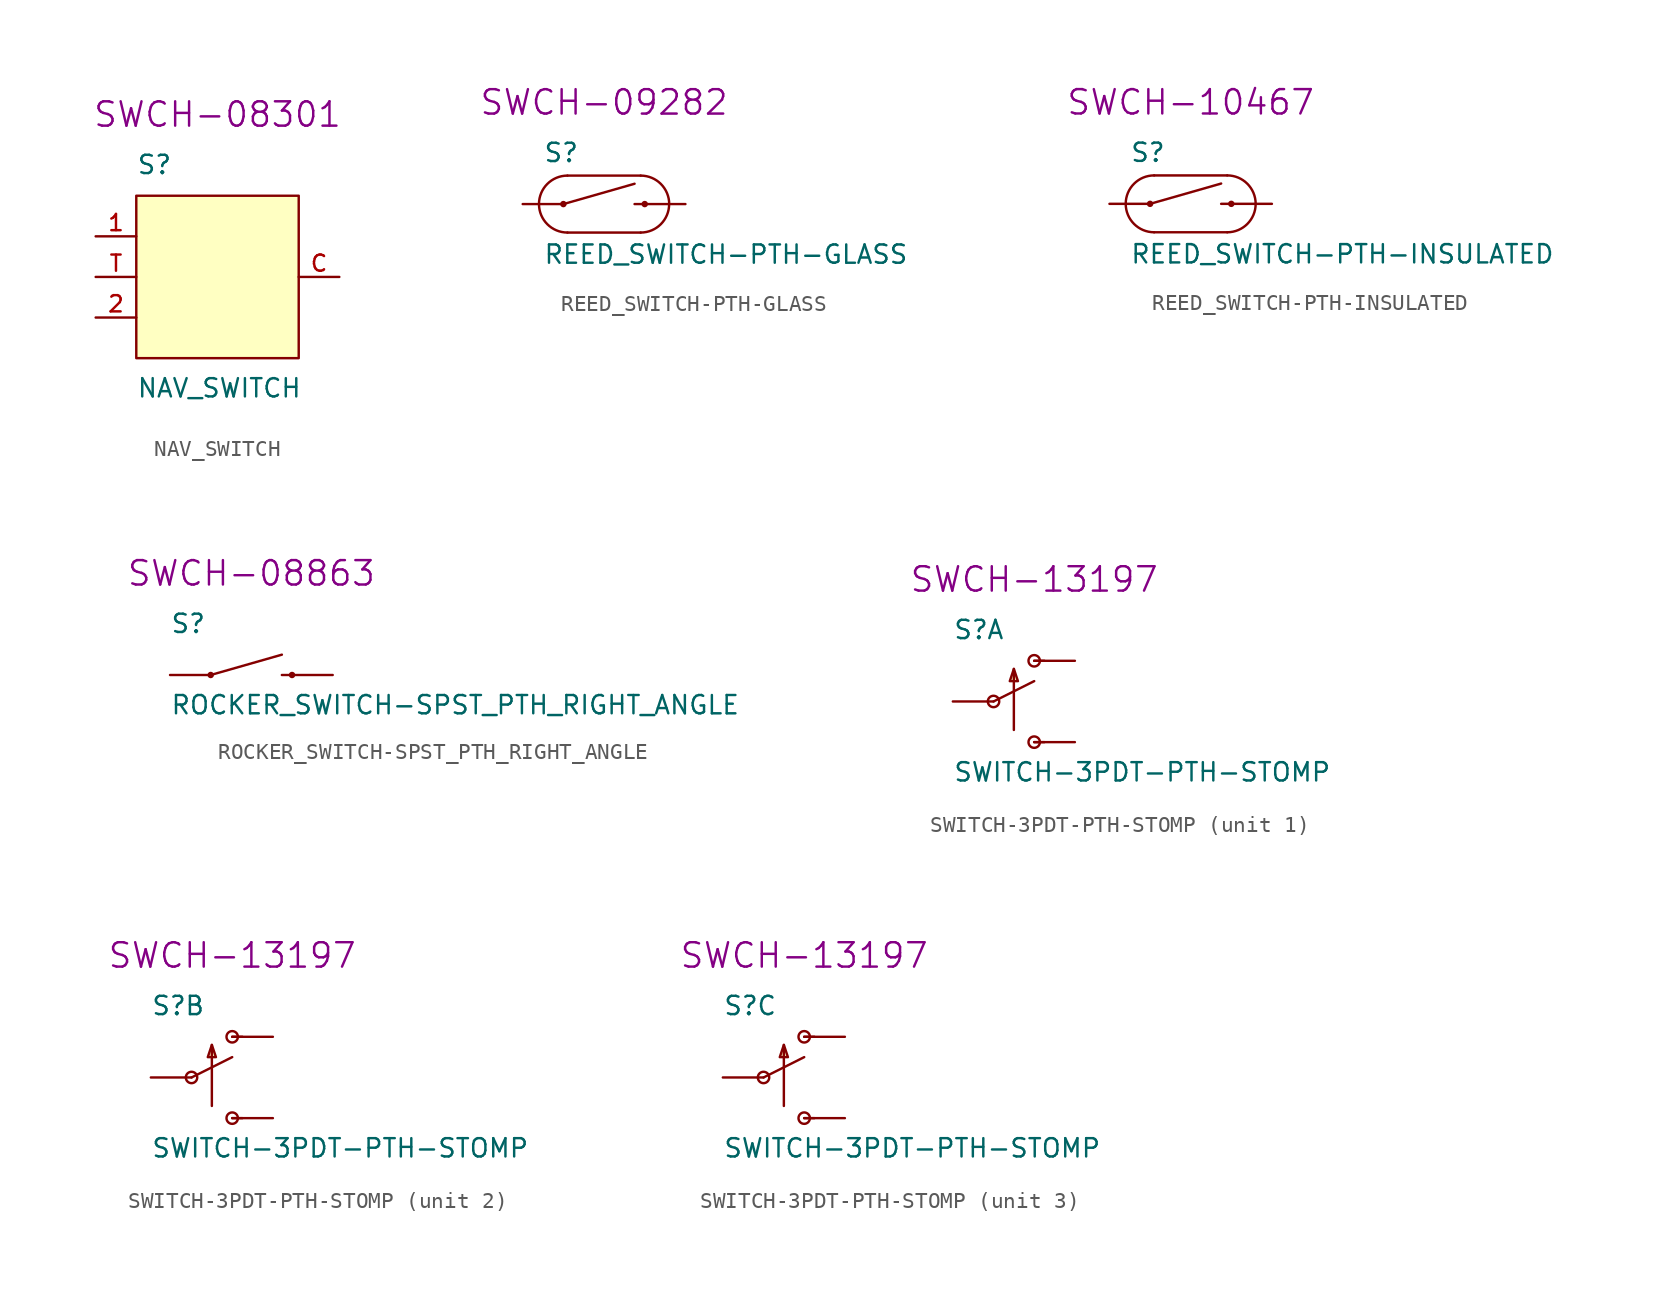
<source format=kicad_sym>
(kicad_symbol_lib
  (version 20220914)
  (generator kicad_symbol_editor)
  (symbol "NAV_SWITCH"
    (pin_names
      (offset 1.016) hide)
    (property "Reference" "S"
      (at -5.08 6.35 0)
      (effects (font (size 1.143 1.143)) (justify left bottom)))
    (property "Value" "NAV_SWITCH"
      (at -5.08 -7.62 0)
      (effects (font (size 1.143 1.143)) (justify left bottom)))
    (property "Field4" "SWCH-08301"
      (at 0 10.16 0)
      (effects (font (size 1.524 1.524))))
    (property "ki_locked" ""
      (at 0 0 0)
      (effects (font (size 1.27 1.27))))
    (symbol "NAV_SWITCH_1_1"
      (polyline (pts (xy -5.08 5.08) (xy 5.08 5.08) (xy 5.08 -5.08) (xy -5.08 -5.08) (xy -5.08 5.08)) (stroke (width 0) (type solid)) (fill (type background)))
      (pin input line (at -7.62 2.54 0) (length 2.54) (name "1" (effects (font (size 1.016 1.016)))) (number "1" (effects (font (size 1.016 1.016)))))
      (pin input line (at -7.62 -2.54 0) (length 2.54) (name "2" (effects (font (size 1.016 1.016)))) (number "2" (effects (font (size 1.016 1.016)))))
      (pin power_in line (at 7.62 0 180) (length 2.54) (name "C" (effects (font (size 1.016 1.016)))) (number "C" (effects (font (size 1.016 1.016)))))
      (pin input line (at -7.62 0 0) (length 2.54) (name "T" (effects (font (size 1.016 1.016)))) (number "T" (effects (font (size 1.016 1.016)))))))
  (symbol "REED_SWITCH-PTH-GLASS"
    (pin_numbers hide)
    (pin_names
      (offset 1.016) hide)
    (property "Reference" "S"
      (at -3.81 2.54 0)
      (effects (font (size 1.143 1.143)) (justify left bottom)))
    (property "Value" "REED_SWITCH-PTH-GLASS"
      (at -3.81 -3.81 0)
      (effects (font (size 1.143 1.143)) (justify left bottom)))
    (property "Field4" "SWCH-09282"
      (at 0 6.35 0)
      (effects (font (size 1.524 1.524))))
    (property "ki_locked" ""
      (at 0 0 0)
      (effects (font (size 1.27 1.27))))
    (symbol "REED_SWITCH-PTH-GLASS_1_0"
      (polyline (pts (xy -2.54 0) (xy 1.905 1.27)) (stroke (width 0) (type solid)) (fill (type none)))
      (polyline (pts (xy -2.286 1.778) (xy 2.286 1.778)) (stroke (width 0) (type solid)) (fill (type none)))
      (polyline (pts (xy 1.905 0) (xy 2.54 0)) (stroke (width 0) (type solid)) (fill (type none)))
      (polyline (pts (xy 2.286 -1.778) (xy -2.286 -1.778)) (stroke (width 0) (type solid)) (fill (type none))))
    (symbol "REED_SWITCH-PTH-GLASS_1_1"
      (arc (start -4.064 0) (mid -3.5432 -1.2572) (end -2.286 -1.778) (stroke (width 0) (type solid)) (fill (type none)))
      (circle (center -2.54 0) (radius 0.127) (stroke (width 0) (type solid)) (fill (type outline)))
      (arc (start -2.286 1.778) (mid -3.5432 1.2572) (end -4.064 0) (stroke (width 0) (type solid)) (fill (type none)))
      (arc (start 2.286 -1.778) (mid 3.5432 -1.2572) (end 4.064 0) (stroke (width 0) (type solid)) (fill (type none)))
      (circle (center 2.54 0) (radius 0.127) (stroke (width 0) (type solid)) (fill (type outline)))
      (arc (start 4.064 0) (mid 3.5432 1.2572) (end 2.286 1.778) (stroke (width 0) (type solid)) (fill (type none)))
      (pin passive line (at -5.08 0 0) (length 2.54) (name "1" (effects (font (size 1.016 1.016)))) (number "P$1" (effects (font (size 1.016 1.016)))))
      (pin passive line (at 5.08 0 180) (length 2.54) (name "2" (effects (font (size 1.016 1.016)))) (number "P$2" (effects (font (size 1.016 1.016)))))))
  (symbol "REED_SWITCH-PTH-INSULATED"
    (pin_numbers hide)
    (pin_names
      (offset 1.016) hide)
    (property "Reference" "S"
      (at -3.81 2.54 0)
      (effects (font (size 1.143 1.143)) (justify left bottom)))
    (property "Value" "REED_SWITCH-PTH-INSULATED"
      (at -3.81 -3.81 0)
      (effects (font (size 1.143 1.143)) (justify left bottom)))
    (property "Field4" "SWCH-10467"
      (at 0 6.35 0)
      (effects (font (size 1.524 1.524))))
    (property "ki_locked" ""
      (at 0 0 0)
      (effects (font (size 1.27 1.27))))
    (symbol "REED_SWITCH-PTH-INSULATED_1_0"
      (polyline (pts (xy -2.54 0) (xy 1.905 1.27)) (stroke (width 0) (type solid)) (fill (type none)))
      (polyline (pts (xy -2.286 1.778) (xy 2.286 1.778)) (stroke (width 0) (type solid)) (fill (type none)))
      (polyline (pts (xy 1.905 0) (xy 2.54 0)) (stroke (width 0) (type solid)) (fill (type none)))
      (polyline (pts (xy 2.286 -1.778) (xy -2.286 -1.778)) (stroke (width 0) (type solid)) (fill (type none))))
    (symbol "REED_SWITCH-PTH-INSULATED_1_1"
      (arc (start -4.064 0) (mid -3.5432 -1.2572) (end -2.286 -1.778) (stroke (width 0) (type solid)) (fill (type none)))
      (circle (center -2.54 0) (radius 0.127) (stroke (width 0) (type solid)) (fill (type outline)))
      (arc (start -2.286 1.778) (mid -3.5432 1.2572) (end -4.064 0) (stroke (width 0) (type solid)) (fill (type none)))
      (arc (start 2.286 -1.778) (mid 3.5432 -1.2572) (end 4.064 0) (stroke (width 0) (type solid)) (fill (type none)))
      (circle (center 2.54 0) (radius 0.127) (stroke (width 0) (type solid)) (fill (type outline)))
      (arc (start 4.064 0) (mid 3.5432 1.2572) (end 2.286 1.778) (stroke (width 0) (type solid)) (fill (type none)))
      (pin passive line (at -5.08 0 0) (length 2.54) (name "1" (effects (font (size 1.016 1.016)))) (number "P$1" (effects (font (size 1.016 1.016)))))
      (pin passive line (at 5.08 0 180) (length 2.54) (name "2" (effects (font (size 1.016 1.016)))) (number "P$2" (effects (font (size 1.016 1.016)))))))
  (symbol "ROCKER_SWITCH-SPST_PTH_RIGHT_ANGLE"
    (pin_numbers hide)
    (pin_names
      (offset 1.016) hide)
    (property "Reference" "S"
      (at -5.08 2.54 0)
      (effects (font (size 1.143 1.143)) (justify left bottom)))
    (property "Value" "ROCKER_SWITCH-SPST_PTH_RIGHT_ANGLE"
      (at -5.08 -2.54 0)
      (effects (font (size 1.143 1.143)) (justify left bottom)))
    (property "Field4" "SWCH-08863"
      (at 0 6.35 0)
      (effects (font (size 1.524 1.524))))
    (property "ki_locked" ""
      (at 0 0 0)
      (effects (font (size 1.27 1.27))))
    (symbol "ROCKER_SWITCH-SPST_PTH_RIGHT_ANGLE_1_0"
      (polyline (pts (xy -2.54 0) (xy 1.905 1.27)) (stroke (width 0) (type solid)) (fill (type none)))
      (polyline (pts (xy 1.905 0) (xy 2.54 0)) (stroke (width 0) (type solid)) (fill (type none))))
    (symbol "ROCKER_SWITCH-SPST_PTH_RIGHT_ANGLE_1_1"
      (circle (center -2.54 0) (radius 0.127) (stroke (width 0) (type solid)) (fill (type outline)))
      (circle (center 2.54 0) (radius 0.127) (stroke (width 0) (type solid)) (fill (type outline)))
      (pin passive line (at -5.08 0 0) (length 2.54) (name "1" (effects (font (size 1.016 1.016)))) (number "1" (effects (font (size 1.016 1.016)))))
      (pin passive line (at 5.08 0 180) (length 2.54) (name "2" (effects (font (size 1.016 1.016)))) (number "2" (effects (font (size 1.016 1.016)))))))
  (symbol "SWITCH-3PDT-PTH-STOMP"
    (pin_numbers hide)
    (pin_names
      (offset 1.016) hide)
    (property "Reference" "S"
      (at -5.08 3.81 0)
      (effects (font (size 1.143 1.143)) (justify left bottom)))
    (property "Value" "SWITCH-3PDT-PTH-STOMP"
      (at -5.08 -5.08 0)
      (effects (font (size 1.143 1.143)) (justify left bottom)))
    (property "Field4" "SWCH-13197"
      (at 0 7.62 0)
      (effects (font (size 1.524 1.524))))
    (property "ki_locked" ""
      (at 0 0 0)
      (effects (font (size 1.27 1.27))))
    (symbol "SWITCH-3PDT-PTH-STOMP_1_0"
      (polyline (pts (xy -2.54 0) (xy 0 1.27)) (stroke (width 0) (type solid)) (fill (type none)))
      (polyline (pts (xy -1.27 -1.778) (xy -1.27 2.032)) (stroke (width 0) (type solid)) (fill (type none)))
      (polyline (pts (xy 0 -2.54) (xy 0.635 -2.54)) (stroke (width 0) (type solid)) (fill (type none)))
      (polyline (pts (xy 0 2.54) (xy 0.635 2.54)) (stroke (width 0) (type solid)) (fill (type none))))
    (symbol "SWITCH-3PDT-PTH-STOMP_1_1"
      (circle (center -2.54 0) (radius 0.356) (stroke (width 0) (type solid)) (fill (type none)))
      (circle (center 0 -2.54) (radius 0.356) (stroke (width 0) (type solid)) (fill (type none)))
      (polyline (pts (xy -1.27 2.032) (xy -1.524 1.27) (xy -1.016 1.27) (xy -1.27 2.032)) (stroke (width 0) (type solid)) (fill (type background)))
      (circle (center 0 2.54) (radius 0.356) (stroke (width 0) (type solid)) (fill (type none)))
      (pin passive line (at 2.54 2.54 180) (length 2.54) (name "O" (effects (font (size 1.016 1.016)))) (number "P$1" (effects (font (size 1.016 1.016)))))
      (pin passive line (at -5.08 0 0) (length 2.54) (name "P" (effects (font (size 1.016 1.016)))) (number "P$2" (effects (font (size 1.016 1.016)))))
      (pin passive line (at 2.54 -2.54 180) (length 2.54) (name "S" (effects (font (size 1.016 1.016)))) (number "P$3" (effects (font (size 1.016 1.016))))))
    (symbol "SWITCH-3PDT-PTH-STOMP_2_0"
      (polyline (pts (xy -2.54 0) (xy 0 1.27)) (stroke (width 0) (type solid)) (fill (type none)))
      (polyline (pts (xy -1.27 -1.778) (xy -1.27 2.032)) (stroke (width 0) (type solid)) (fill (type none)))
      (polyline (pts (xy 0 -2.54) (xy 0.635 -2.54)) (stroke (width 0) (type solid)) (fill (type none)))
      (polyline (pts (xy 0 2.54) (xy 0.635 2.54)) (stroke (width 0) (type solid)) (fill (type none))))
    (symbol "SWITCH-3PDT-PTH-STOMP_2_1"
      (circle (center -2.54 0) (radius 0.356) (stroke (width 0) (type solid)) (fill (type none)))
      (circle (center 0 -2.54) (radius 0.356) (stroke (width 0) (type solid)) (fill (type none)))
      (polyline (pts (xy -1.27 2.032) (xy -1.524 1.27) (xy -1.016 1.27) (xy -1.27 2.032)) (stroke (width 0) (type solid)) (fill (type background)))
      (circle (center 0 2.54) (radius 0.356) (stroke (width 0) (type solid)) (fill (type none)))
      (pin passive line (at 2.54 2.54 180) (length 2.54) (name "O" (effects (font (size 1.016 1.016)))) (number "P$4" (effects (font (size 1.016 1.016)))))
      (pin passive line (at -5.08 0 0) (length 2.54) (name "P" (effects (font (size 1.016 1.016)))) (number "P$5" (effects (font (size 1.016 1.016)))))
      (pin passive line (at 2.54 -2.54 180) (length 2.54) (name "S" (effects (font (size 1.016 1.016)))) (number "P$6" (effects (font (size 1.016 1.016))))))
    (symbol "SWITCH-3PDT-PTH-STOMP_3_0"
      (polyline (pts (xy -2.54 0) (xy 0 1.27)) (stroke (width 0) (type solid)) (fill (type none)))
      (polyline (pts (xy -1.27 -1.778) (xy -1.27 2.032)) (stroke (width 0) (type solid)) (fill (type none)))
      (polyline (pts (xy 0 -2.54) (xy 0.635 -2.54)) (stroke (width 0) (type solid)) (fill (type none)))
      (polyline (pts (xy 0 2.54) (xy 0.635 2.54)) (stroke (width 0) (type solid)) (fill (type none))))
    (symbol "SWITCH-3PDT-PTH-STOMP_3_1"
      (circle (center -2.54 0) (radius 0.356) (stroke (width 0) (type solid)) (fill (type none)))
      (circle (center 0 -2.54) (radius 0.356) (stroke (width 0) (type solid)) (fill (type none)))
      (polyline (pts (xy -1.27 2.032) (xy -1.524 1.27) (xy -1.016 1.27) (xy -1.27 2.032)) (stroke (width 0) (type solid)) (fill (type background)))
      (circle (center 0 2.54) (radius 0.356) (stroke (width 0) (type solid)) (fill (type none)))
      (pin passive line (at 2.54 2.54 180) (length 2.54) (name "O" (effects (font (size 1.016 1.016)))) (number "P$7" (effects (font (size 1.016 1.016)))))
      (pin passive line (at -5.08 0 0) (length 2.54) (name "P" (effects (font (size 1.016 1.016)))) (number "P$8" (effects (font (size 1.016 1.016)))))
      (pin passive line (at 2.54 -2.54 180) (length 2.54) (name "S" (effects (font (size 1.016 1.016)))) (number "P$9" (effects (font (size 1.016 1.016))))))))
</source>
